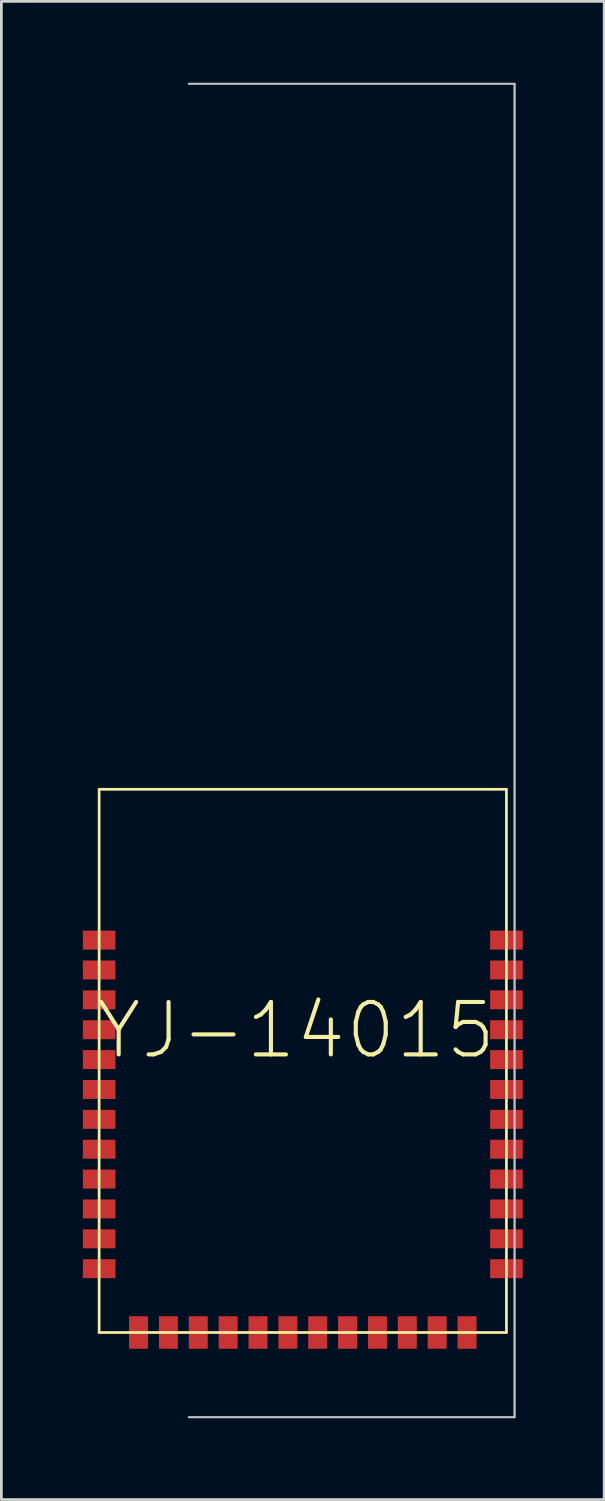
<source format=kicad_pcb>
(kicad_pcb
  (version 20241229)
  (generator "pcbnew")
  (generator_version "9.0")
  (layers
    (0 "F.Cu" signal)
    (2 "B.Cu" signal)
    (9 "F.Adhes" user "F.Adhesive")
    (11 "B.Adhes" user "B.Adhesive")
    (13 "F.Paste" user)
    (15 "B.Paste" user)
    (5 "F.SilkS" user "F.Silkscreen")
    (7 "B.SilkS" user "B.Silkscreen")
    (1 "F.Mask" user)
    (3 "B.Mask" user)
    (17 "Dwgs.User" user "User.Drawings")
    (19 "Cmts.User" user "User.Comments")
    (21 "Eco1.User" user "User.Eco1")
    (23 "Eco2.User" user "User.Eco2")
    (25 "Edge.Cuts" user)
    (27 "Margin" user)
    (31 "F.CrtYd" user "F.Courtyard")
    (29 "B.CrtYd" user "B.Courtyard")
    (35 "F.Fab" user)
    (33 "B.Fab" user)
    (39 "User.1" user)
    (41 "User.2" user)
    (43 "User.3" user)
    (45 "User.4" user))
  (footprint "YJ-14015"
    (layer "F.Cu")
    (at 8.098 46.012)
    (property "Reference" "YJ-14015" (at -0.254 -11.125 0) (layer "F.SilkS") (effects (font (size 1.93 1.93) (thickness 0.152))))
    (attr smd)
    (fp_line (start -7.498 -20) (end -7.498 0) (stroke (width 0.1) (type solid)) (layer "F.SilkS"))
    (fp_line (start -7.498 0) (end 7.498 0) (stroke (width 0.1) (type solid)) (layer "F.SilkS"))
    (fp_line (start 7.498 -20) (end -7.498 -20) (stroke (width 0.1) (type solid)) (layer "F.SilkS"))
    (fp_line (start 7.498 0) (end 7.498 -20) (stroke (width 0.1) (type solid)) (layer "F.SilkS"))
    (fp_line (start -4.199 -45.979) (end 7.798 -45.979) (stroke (width 0.066) (type solid)) (layer "Dwgs.User"))
    (fp_line (start -4.199 -45.979) (end 7.798 -45.979) (stroke (width 0.066) (type solid)) (layer "Dwgs.User"))
    (fp_line (start -4.199 3.119) (end 7.798 3.119) (stroke (width 0.066) (type solid)) (layer "Dwgs.User"))
    (fp_line (start -4.199 3.119) (end 7.798 3.119) (stroke (width 0.066) (type solid)) (layer "Dwgs.User"))
    (fp_line (start 7.798 3.119) (end 7.798 -45.979) (stroke (width 0.066) (type solid)) (layer "Dwgs.User"))
    (fp_line (start 7.798 3.119) (end 7.798 -45.979) (stroke (width 0.066) (type solid)) (layer "Dwgs.User"))
    (pad "GND" smd rect (at -7.498 -3.449 90) (size 0.699 1.199) (layers "F.Cu" "F.Mask" "F.Paste"))
    (pad "GND@" smd rect (at -7.498 -14.448 90) (size 0.699 1.199) (layers "F.Cu" "F.Mask" "F.Paste"))
    (pad "P.00" smd rect (at -4.948 0 90) (size 1.199 0.699) (layers "F.Cu" "F.Mask" "F.Paste"))
    (pad "P.01" smd rect (at -3.848 0 90) (size 1.199 0.699) (layers "F.Cu" "F.Mask" "F.Paste"))
    (pad "P.02" smd rect (at -2.748 0 90) (size 1.199 0.699) (layers "F.Cu" "F.Mask" "F.Paste"))
    (pad "P.03" smd rect (at -1.648 0 90) (size 1.199 0.699) (layers "F.Cu" "F.Mask" "F.Paste"))
    (pad "P.04" smd rect (at -0.549 0 90) (size 1.199 0.699) (layers "F.Cu" "F.Mask" "F.Paste"))
    (pad "P.05" smd rect (at 0.549 0 90) (size 1.199 0.699) (layers "F.Cu" "F.Mask" "F.Paste"))
    (pad "P.06" smd rect (at 1.648 0 90) (size 1.199 0.699) (layers "F.Cu" "F.Mask" "F.Paste"))
    (pad "P.07" smd rect (at 2.748 0 90) (size 1.199 0.699) (layers "F.Cu" "F.Mask" "F.Paste"))
    (pad "P.08" smd rect (at 3.848 0 90) (size 1.199 0.699) (layers "F.Cu" "F.Mask" "F.Paste"))
    (pad "P.09" smd rect (at 4.948 0 90) (size 1.199 0.699) (layers "F.Cu" "F.Mask" "F.Paste"))
    (pad "P.10" smd rect (at 6.048 0 90) (size 1.199 0.699) (layers "F.Cu" "F.Mask" "F.Paste"))
    (pad "P.11" smd rect (at 7.498 -2.349 90) (size 0.699 1.199) (layers "F.Cu" "F.Mask" "F.Paste"))
    (pad "P.12" smd rect (at 7.498 -3.449 90) (size 0.699 1.199) (layers "F.Cu" "F.Mask" "F.Paste"))
    (pad "P.13" smd rect (at 7.498 -4.549 90) (size 0.699 1.199) (layers "F.Cu" "F.Mask" "F.Paste"))
    (pad "P.14" smd rect (at 7.498 -5.649 90) (size 0.699 1.199) (layers "F.Cu" "F.Mask" "F.Paste"))
    (pad "P.15" smd rect (at 7.498 -6.749 90) (size 0.699 1.199) (layers "F.Cu" "F.Mask" "F.Paste"))
    (pad "P.16" smd rect (at 7.498 -7.849 90) (size 0.699 1.199) (layers "F.Cu" "F.Mask" "F.Paste"))
    (pad "P.17" smd rect (at 7.498 -11.148 90) (size 0.699 1.199) (layers "F.Cu" "F.Mask" "F.Paste"))
    (pad "P.18" smd rect (at 7.498 -12.248 90) (size 0.699 1.199) (layers "F.Cu" "F.Mask" "F.Paste"))
    (pad "P.19" smd rect (at 7.498 -13.348 90) (size 0.699 1.199) (layers "F.Cu" "F.Mask" "F.Paste"))
    (pad "P.20" smd rect (at 7.498 -14.448 90) (size 0.699 1.199) (layers "F.Cu" "F.Mask" "F.Paste"))
    (pad "P.21" smd rect (at -7.498 -13.348 90) (size 0.699 1.199) (layers "F.Cu" "F.Mask" "F.Paste"))
    (pad "P.22" smd rect (at -7.498 -12.248 90) (size 0.699 1.199) (layers "F.Cu" "F.Mask" "F.Paste"))
    (pad "P.23" smd rect (at -7.498 -11.148 90) (size 0.699 1.199) (layers "F.Cu" "F.Mask" "F.Paste"))
    (pad "P.24" smd rect (at -7.498 -10.048 90) (size 0.699 1.199) (layers "F.Cu" "F.Mask" "F.Paste"))
    (pad "P.25" smd rect (at -7.498 -8.948 90) (size 0.699 1.199) (layers "F.Cu" "F.Mask" "F.Paste"))
    (pad "P.26" smd rect (at -7.498 -7.849 90) (size 0.699 1.199) (layers "F.Cu" "F.Mask" "F.Paste"))
    (pad "P.27" smd rect (at -7.498 -6.749 90) (size 0.699 1.199) (layers "F.Cu" "F.Mask" "F.Paste"))
    (pad "P.28" smd rect (at -7.498 -5.649 90) (size 0.699 1.199) (layers "F.Cu" "F.Mask" "F.Paste"))
    (pad "P.29" smd rect (at -7.498 -4.549 90) (size 0.699 1.199) (layers "F.Cu" "F.Mask" "F.Paste"))
    (pad "P.30" smd rect (at -6.048 0 90) (size 1.199 0.699) (layers "F.Cu" "F.Mask" "F.Paste"))
    (pad "SWDC" smd rect (at 7.498 -10.048 90) (size 0.699 1.199) (layers "F.Cu" "F.Mask" "F.Paste"))
    (pad "SWDI" smd rect (at 7.498 -8.948 90) (size 0.699 1.199) (layers "F.Cu" "F.Mask" "F.Paste"))
    (pad "VDD" smd rect (at -7.498 -2.349 90) (size 0.699 1.199) (layers "F.Cu" "F.Mask" "F.Paste")))
  (gr_rect
    (start -3 -3)
    (end 19.195 52.164)
    (stroke (width 0.1) (type default))
    (fill no)
    (layer "Edge.Cuts")))
</source>
